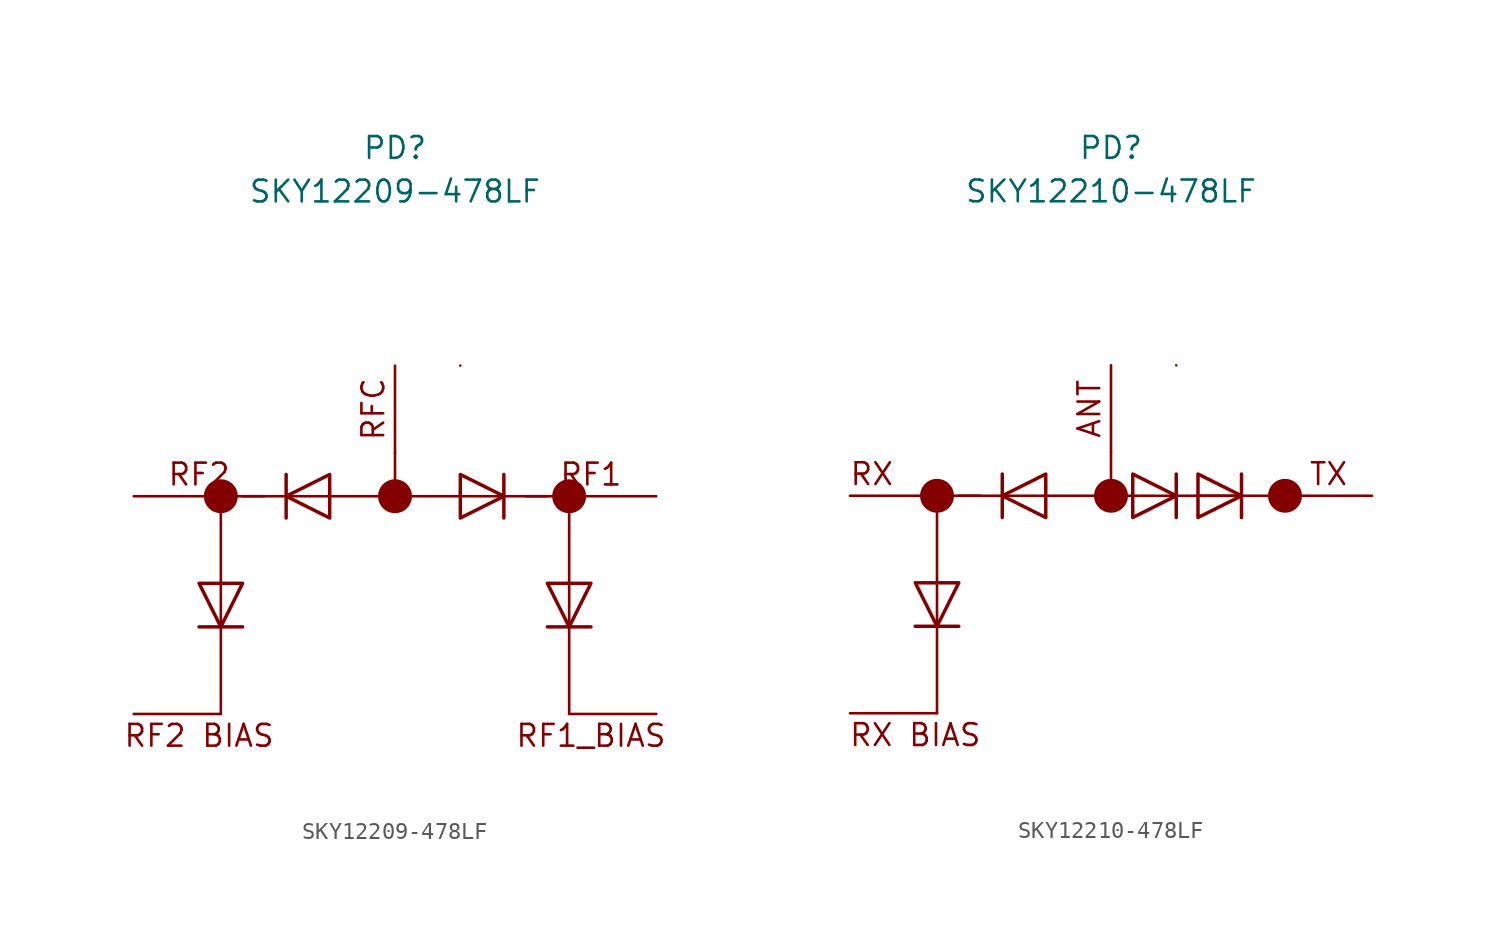
<source format=kicad_sym>
(kicad_symbol_lib
  (version 20211014)
  (generator kicad_symbol_editor)
  (symbol "SKY12209-478LF"
    (pin_numbers hide)
    (pin_names
      (offset 1.016) hide)
    (property "Reference" "PD"
      (at 0 20.32 0)
      (effects (font (size 1.27 1.27))))
    (property "Value" "SKY12209-478LF"
      (at 0 17.78 0)
      (effects (font (size 1.27 1.27))))
    (symbol "SKY12209-478LF_0_0"
      (polyline (pts (xy -10.16 -7.62) (xy -10.16 -12.7)) (stroke (width 0.152) (type default) (color 0 0 0 0)) (fill (type none)))
      (polyline (pts (xy -10.16 -5.08) (xy -10.16 0)) (stroke (width 0.152) (type default) (color 0 0 0 0)) (fill (type none)))
      (polyline (pts (xy 10.16 -7.62) (xy 10.16 -12.7)) (stroke (width 0.152) (type default) (color 0 0 0 0)) (fill (type none)))
      (polyline (pts (xy 10.16 -5.08) (xy 10.16 0)) (stroke (width 0.152) (type default) (color 0 0 0 0)) (fill (type none)))
      (text "RF1" (at 11.43 1.27 0) (effects (font (size 1.27 1.27))))
      (text "RF1_BIAS" (at 11.43 -13.97 0) (effects (font (size 1.27 1.27))))
      (text "RF2" (at -11.43 1.27 0) (effects (font (size 1.27 1.27))))
      (text "RF2 BIAS" (at -11.43 -13.97 0) (effects (font (size 1.27 1.27))))
      (text "RFC" (at -1.27 5.08 900) (effects (font (size 1.27 1.27)))))
    (symbol "SKY12209-478LF_0_1"
      (circle (center 0 0) (radius 0.0001) (stroke (width 0.991) (type default) (color 0 0 0 0)) (fill (type none)))
      (polyline (pts (xy -7.62 0) (xy -10.16 0)) (stroke (width 0) (type default) (color 0 0 0 0)) (fill (type none)))
      (polyline (pts (xy -6.35 0) (xy -8.89 0)) (stroke (width 0) (type default) (color 0 0 0 0)) (fill (type none)))
      (polyline (pts (xy -3.81 0) (xy 3.81 0)) (stroke (width 0) (type default) (color 0 0 0 0)) (fill (type none)))
      (polyline (pts (xy 0 0) (xy 0 2.54)) (stroke (width 0) (type default) (color 0 0 0 0)) (fill (type none)))
      (polyline (pts (xy 3.81 7.62) (xy 3.81 7.62)) (stroke (width 0) (type default) (color 0 0 0 0)) (fill (type none)))
      (polyline (pts (xy 6.35 0) (xy 8.89 0)) (stroke (width 0) (type default) (color 0 0 0 0)) (fill (type none)))
      (circle (center 10.16 0) (radius 0.0001) (stroke (width 0.991) (type default) (color 0 0 0 0)) (fill (type none))))
    (symbol "SKY12209-478LF_1_1"
      (circle (center -10.16 0) (radius 0.0001) (stroke (width 0.991) (type default) (color 0 0 0 0)) (fill (type none)))
      (polyline (pts (xy -11.43 -7.62) (xy -8.89 -7.62)) (stroke (width 0.203) (type default) (color 0 0 0 0)) (fill (type none)))
      (polyline (pts (xy -10.16 -5.08) (xy -10.16 -7.62)) (stroke (width 0) (type default) (color 0 0 0 0)) (fill (type none)))
      (polyline (pts (xy -6.35 1.27) (xy -6.35 -1.27)) (stroke (width 0.203) (type default) (color 0 0 0 0)) (fill (type none)))
      (polyline (pts (xy -3.81 0) (xy -6.35 0)) (stroke (width 0) (type default) (color 0 0 0 0)) (fill (type none)))
      (polyline (pts (xy 3.81 0) (xy 6.35 0)) (stroke (width 0) (type default) (color 0 0 0 0)) (fill (type none)))
      (polyline (pts (xy 6.35 -1.27) (xy 6.35 1.27)) (stroke (width 0.203) (type default) (color 0 0 0 0)) (fill (type none)))
      (polyline (pts (xy 7.62 0) (xy 10.16 0)) (stroke (width 0) (type default) (color 0 0 0 0)) (fill (type none)))
      (polyline (pts (xy 8.89 -7.62) (xy 11.43 -7.62)) (stroke (width 0.203) (type default) (color 0 0 0 0)) (fill (type none)))
      (polyline (pts (xy 10.16 -5.08) (xy 10.16 -7.62)) (stroke (width 0) (type default) (color 0 0 0 0)) (fill (type none)))
      (polyline (pts (xy -11.43 -5.08) (xy -8.89 -5.08) (xy -10.16 -7.62) (xy -11.43 -5.08)) (stroke (width 0.203) (type default) (color 0 0 0 0)) (fill (type none)))
      (polyline (pts (xy -3.81 1.27) (xy -3.81 -1.27) (xy -6.35 0) (xy -3.81 1.27)) (stroke (width 0.203) (type default) (color 0 0 0 0)) (fill (type none)))
      (polyline (pts (xy 3.81 -1.27) (xy 3.81 1.27) (xy 6.35 0) (xy 3.81 -1.27)) (stroke (width 0.203) (type default) (color 0 0 0 0)) (fill (type none)))
      (polyline (pts (xy 8.89 -5.08) (xy 11.43 -5.08) (xy 10.16 -7.62) (xy 8.89 -5.08)) (stroke (width 0.203) (type default) (color 0 0 0 0)) (fill (type none)))
      (pin power_in line (at 0 -12.7 90) (length 5.08) hide (name "GND" (effects (font (size 1.27 1.27)))) (number "1" (effects (font (size 1.27 1.27)))))
      (pin no_connect line (at 0 -12.7 90) (length 5.08) hide (name "NC" (effects (font (size 1.27 1.27)))) (number "10" (effects (font (size 1.27 1.27)))))
      (pin passive line (at 15.24 -12.7 180) (length 5.08) (name "RF_BIAS1" (effects (font (size 1.27 1.27)))) (number "11" (effects (font (size 1.27 1.27)))))
      (pin no_connect line (at 0 -12.7 90) (length 5.08) hide (name "NC" (effects (font (size 1.27 1.27)))) (number "12" (effects (font (size 1.27 1.27)))))
      (pin power_in line (at 0 -12.7 90) (length 5.08) hide (name "GND" (effects (font (size 1.27 1.27)))) (number "13" (effects (font (size 1.27 1.27)))))
      (pin passive line (at 15.24 0 180) (length 5.08) (name "RF1" (effects (font (size 1.27 1.27)))) (number "14" (effects (font (size 1.27 1.27)))))
      (pin power_in line (at 0 -12.7 90) (length 5.08) hide (name "GND" (effects (font (size 1.27 1.27)))) (number "15" (effects (font (size 1.27 1.27)))))
      (pin no_connect line (at 0 -12.7 90) (length 5.08) hide (name "NC" (effects (font (size 1.27 1.27)))) (number "16" (effects (font (size 1.27 1.27)))))
      (pin power_in line (at 0 -12.7 90) (length 5.08) hide (name "GND" (effects (font (size 1.27 1.27)))) (number "17" (effects (font (size 1.27 1.27)))))
      (pin passive line (at 0 7.62 270) (length 5.08) (name "RFC" (effects (font (size 1.27 1.27)))) (number "2" (effects (font (size 1.27 1.27)))))
      (pin power_in line (at 0 -12.7 90) (length 5.08) hide (name "GND" (effects (font (size 1.27 1.27)))) (number "3" (effects (font (size 1.27 1.27)))))
      (pin no_connect line (at 0 -12.7 90) (length 5.08) hide (name "NC" (effects (font (size 1.27 1.27)))) (number "4" (effects (font (size 1.27 1.27)))))
      (pin no_connect line (at 0 -12.7 90) (length 5.08) hide (name "NC" (effects (font (size 1.27 1.27)))) (number "5" (effects (font (size 1.27 1.27)))))
      (pin power_in line (at 0 -12.7 90) (length 5.08) hide (name "GND" (effects (font (size 1.27 1.27)))) (number "6" (effects (font (size 1.27 1.27)))))
      (pin passive line (at -15.24 0 0) (length 5.08) (name "RF2" (effects (font (size 1.27 1.27)))) (number "7" (effects (font (size 1.27 1.27)))))
      (pin power_in line (at 0 -12.7 90) (length 5.08) hide (name "GND" (effects (font (size 1.27 1.27)))) (number "8" (effects (font (size 1.27 1.27)))))
      (pin passive line (at -15.24 -12.7 0) (length 5.08) (name "RF2_BIAS" (effects (font (size 1.27 1.27)))) (number "9" (effects (font (size 1.27 1.27)))))))
  (symbol "SKY12210-478LF"
    (pin_numbers hide)
    (pin_names
      (offset 1.016) hide)
    (property "Reference" "PD"
      (at 0 20.32 0)
      (effects (font (size 1.27 1.27))))
    (property "Value" "SKY12210-478LF"
      (at 0 17.78 0)
      (effects (font (size 1.27 1.27))))
    (symbol "SKY12210-478LF_0_0"
      (polyline (pts (xy -10.16 -7.62) (xy -10.16 -12.7)) (stroke (width 0.152) (type default) (color 0 0 0 0)) (fill (type none)))
      (polyline (pts (xy -10.16 -5.08) (xy -10.16 0)) (stroke (width 0.152) (type default) (color 0 0 0 0)) (fill (type none)))
      (text "ANT" (at -1.27 5.08 900) (effects (font (size 1.27 1.27))))
      (text "RX" (at -13.97 1.27 0) (effects (font (size 1.27 1.27))))
      (text "RX BIAS" (at -11.43 -13.97 0) (effects (font (size 1.27 1.27))))
      (text "TX" (at 12.7 1.27 0) (effects (font (size 1.27 1.27)))))
    (symbol "SKY12210-478LF_0_1"
      (circle (center 0 0) (radius 0.0001) (stroke (width 0.991) (type default) (color 0 0 0 0)) (fill (type none)))
      (polyline (pts (xy -7.62 0) (xy -10.16 0)) (stroke (width 0) (type default) (color 0 0 0 0)) (fill (type none)))
      (polyline (pts (xy -6.35 0) (xy -8.89 0)) (stroke (width 0) (type default) (color 0 0 0 0)) (fill (type none)))
      (polyline (pts (xy -3.81 0) (xy 1.27 0)) (stroke (width 0) (type default) (color 0 0 0 0)) (fill (type none)))
      (polyline (pts (xy 0 0) (xy 0 2.54)) (stroke (width 0) (type default) (color 0 0 0 0)) (fill (type none)))
      (polyline (pts (xy 3.81 7.62) (xy 3.81 7.62)) (stroke (width 0) (type default) (color 0 0 0 0)) (fill (type none)))
      (circle (center 10.16 0) (radius 0.0001) (stroke (width 0.991) (type default) (color 0 0 0 0)) (fill (type none))))
    (symbol "SKY12210-478LF_1_1"
      (circle (center -10.16 0) (radius 0.0001) (stroke (width 0.991) (type default) (color 0 0 0 0)) (fill (type none)))
      (polyline (pts (xy -11.43 -7.62) (xy -8.89 -7.62)) (stroke (width 0.203) (type default) (color 0 0 0 0)) (fill (type none)))
      (polyline (pts (xy -10.16 -5.08) (xy -10.16 -7.62)) (stroke (width 0) (type default) (color 0 0 0 0)) (fill (type none)))
      (polyline (pts (xy -6.35 1.27) (xy -6.35 -1.27)) (stroke (width 0.203) (type default) (color 0 0 0 0)) (fill (type none)))
      (polyline (pts (xy -3.81 0) (xy -6.35 0)) (stroke (width 0) (type default) (color 0 0 0 0)) (fill (type none)))
      (polyline (pts (xy 1.27 0) (xy 3.81 0)) (stroke (width 0) (type default) (color 0 0 0 0)) (fill (type none)))
      (polyline (pts (xy 3.81 -1.27) (xy 3.81 1.27)) (stroke (width 0.203) (type default) (color 0 0 0 0)) (fill (type none)))
      (polyline (pts (xy 3.81 0) (xy 10.16 0)) (stroke (width 0) (type default) (color 0 0 0 0)) (fill (type none)))
      (polyline (pts (xy 5.08 0) (xy 7.62 0)) (stroke (width 0) (type default) (color 0 0 0 0)) (fill (type none)))
      (polyline (pts (xy 7.62 -1.27) (xy 7.62 1.27)) (stroke (width 0.203) (type default) (color 0 0 0 0)) (fill (type none)))
      (polyline (pts (xy -11.43 -5.08) (xy -8.89 -5.08) (xy -10.16 -7.62) (xy -11.43 -5.08)) (stroke (width 0.203) (type default) (color 0 0 0 0)) (fill (type none)))
      (polyline (pts (xy -3.81 1.27) (xy -3.81 -1.27) (xy -6.35 0) (xy -3.81 1.27)) (stroke (width 0.203) (type default) (color 0 0 0 0)) (fill (type none)))
      (polyline (pts (xy 1.27 -1.27) (xy 1.27 1.27) (xy 3.81 0) (xy 1.27 -1.27)) (stroke (width 0.203) (type default) (color 0 0 0 0)) (fill (type none)))
      (polyline (pts (xy 5.08 -1.27) (xy 5.08 1.27) (xy 7.62 0) (xy 5.08 -1.27)) (stroke (width 0.203) (type default) (color 0 0 0 0)) (fill (type none)))
      (pin power_in line (at 0 -12.7 90) (length 5.08) hide (name "GND" (effects (font (size 1.27 1.27)))) (number "1" (effects (font (size 1.27 1.27)))))
      (pin no_connect line (at 0 -12.7 90) (length 5.08) hide (name "NC" (effects (font (size 1.27 1.27)))) (number "10" (effects (font (size 1.27 1.27)))))
      (pin no_connect line (at 0 -12.7 90) (length 5.08) hide (name "~" (effects (font (size 1.27 1.27)))) (number "11" (effects (font (size 1.27 1.27)))))
      (pin no_connect line (at 0 -12.7 90) (length 5.08) hide (name "NC" (effects (font (size 1.27 1.27)))) (number "12" (effects (font (size 1.27 1.27)))))
      (pin power_in line (at 0 -12.7 90) (length 5.08) hide (name "GND" (effects (font (size 1.27 1.27)))) (number "13" (effects (font (size 1.27 1.27)))))
      (pin passive line (at 15.24 0 180) (length 5.08) (name "TX" (effects (font (size 1.27 1.27)))) (number "14" (effects (font (size 1.27 1.27)))))
      (pin power_in line (at 0 -12.7 90) (length 5.08) hide (name "GND" (effects (font (size 1.27 1.27)))) (number "15" (effects (font (size 1.27 1.27)))))
      (pin no_connect line (at 0 -12.7 90) (length 5.08) hide (name "NC" (effects (font (size 1.27 1.27)))) (number "16" (effects (font (size 1.27 1.27)))))
      (pin power_in line (at 0 -12.7 90) (length 5.08) hide (name "GND" (effects (font (size 1.27 1.27)))) (number "17" (effects (font (size 1.27 1.27)))))
      (pin passive line (at 0 7.62 270) (length 5.08) (name "ANT" (effects (font (size 1.27 1.27)))) (number "2" (effects (font (size 1.27 1.27)))))
      (pin power_in line (at 0 -12.7 90) (length 5.08) hide (name "GND" (effects (font (size 1.27 1.27)))) (number "3" (effects (font (size 1.27 1.27)))))
      (pin no_connect line (at 0 -12.7 90) (length 5.08) hide (name "NC" (effects (font (size 1.27 1.27)))) (number "4" (effects (font (size 1.27 1.27)))))
      (pin no_connect line (at 0 -12.7 90) (length 5.08) hide (name "NC" (effects (font (size 1.27 1.27)))) (number "5" (effects (font (size 1.27 1.27)))))
      (pin power_in line (at 0 -12.7 90) (length 5.08) hide (name "GND" (effects (font (size 1.27 1.27)))) (number "6" (effects (font (size 1.27 1.27)))))
      (pin passive line (at -15.24 0 0) (length 5.08) (name "RX" (effects (font (size 1.27 1.27)))) (number "7" (effects (font (size 1.27 1.27)))))
      (pin power_in line (at 0 -12.7 90) (length 5.08) hide (name "GND" (effects (font (size 1.27 1.27)))) (number "8" (effects (font (size 1.27 1.27)))))
      (pin passive line (at -15.24 -12.7 0) (length 5.08) (name "RX_BIAS" (effects (font (size 1.27 1.27)))) (number "9" (effects (font (size 1.27 1.27))))))))
</source>
